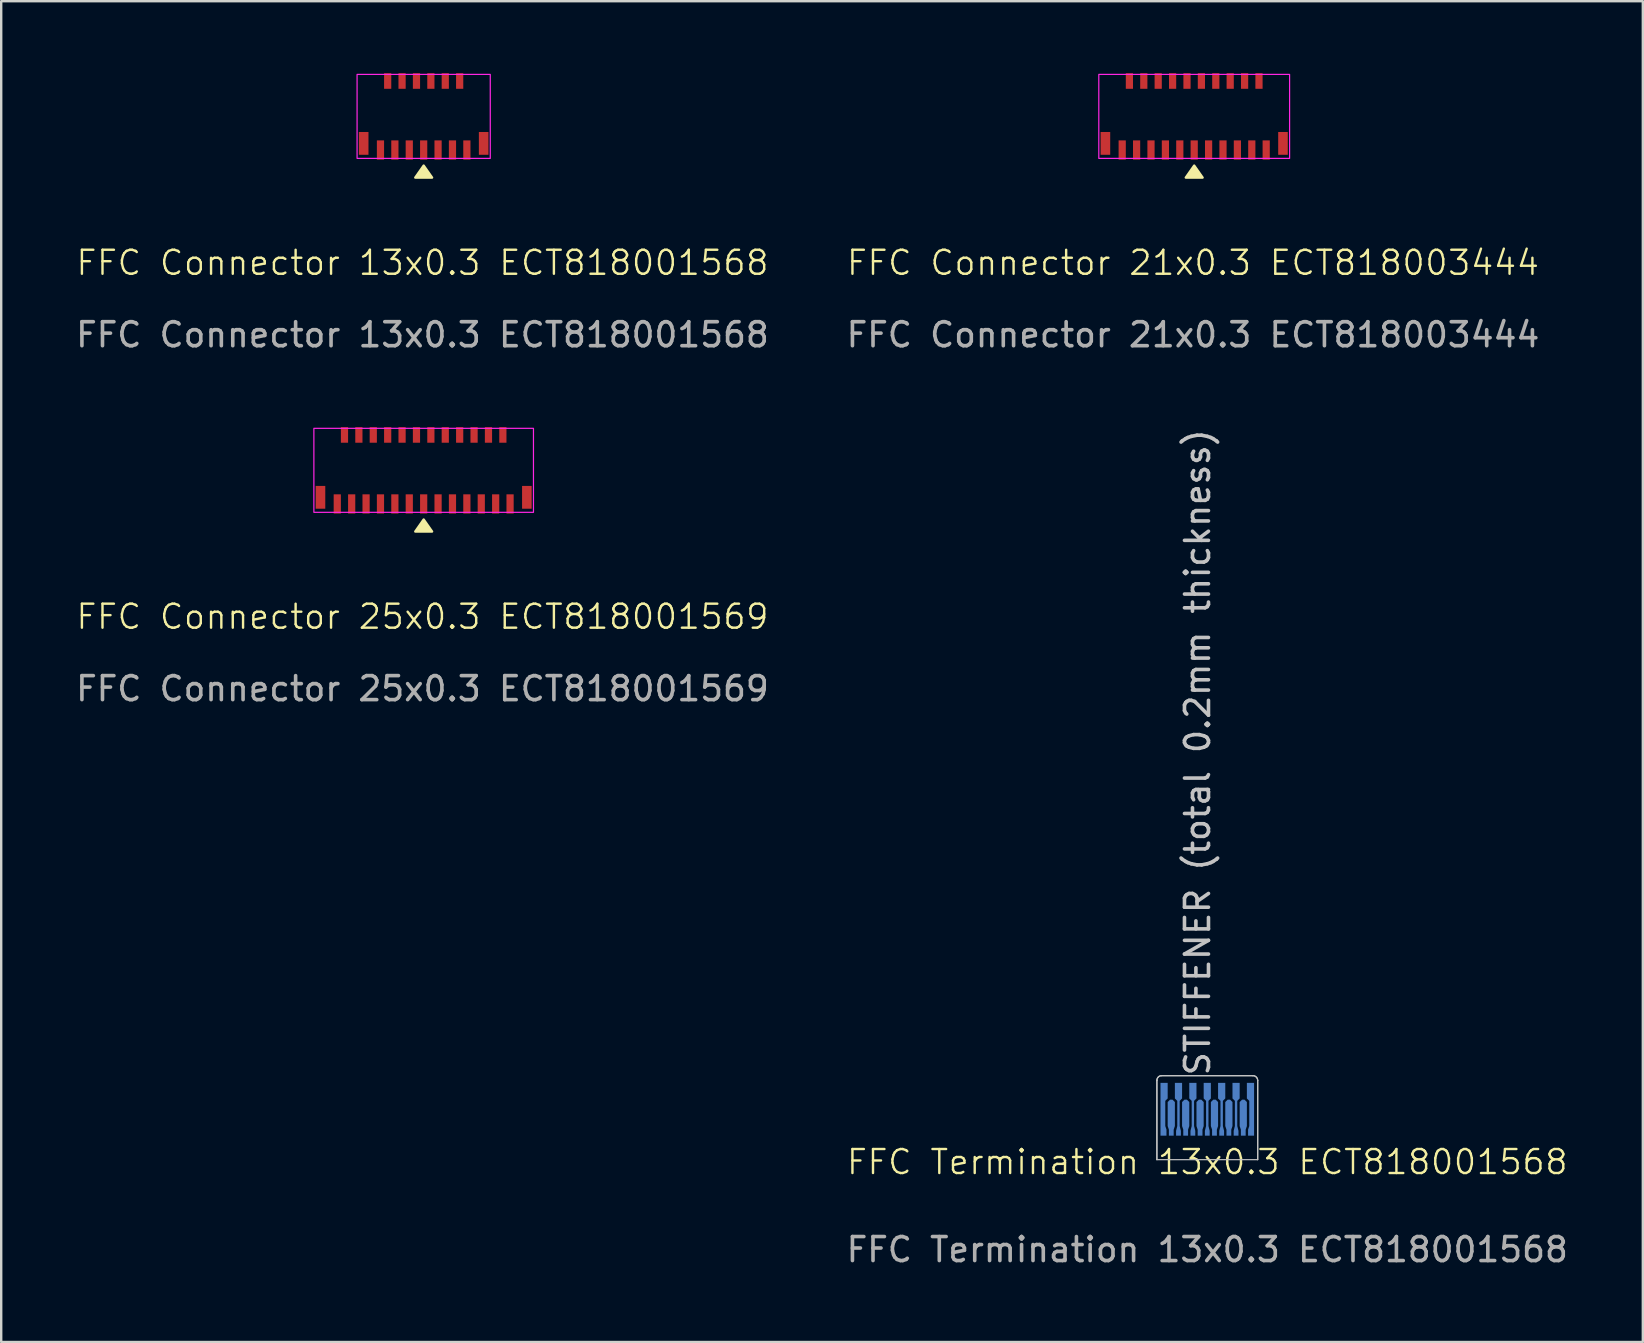
<source format=kicad_pcb>
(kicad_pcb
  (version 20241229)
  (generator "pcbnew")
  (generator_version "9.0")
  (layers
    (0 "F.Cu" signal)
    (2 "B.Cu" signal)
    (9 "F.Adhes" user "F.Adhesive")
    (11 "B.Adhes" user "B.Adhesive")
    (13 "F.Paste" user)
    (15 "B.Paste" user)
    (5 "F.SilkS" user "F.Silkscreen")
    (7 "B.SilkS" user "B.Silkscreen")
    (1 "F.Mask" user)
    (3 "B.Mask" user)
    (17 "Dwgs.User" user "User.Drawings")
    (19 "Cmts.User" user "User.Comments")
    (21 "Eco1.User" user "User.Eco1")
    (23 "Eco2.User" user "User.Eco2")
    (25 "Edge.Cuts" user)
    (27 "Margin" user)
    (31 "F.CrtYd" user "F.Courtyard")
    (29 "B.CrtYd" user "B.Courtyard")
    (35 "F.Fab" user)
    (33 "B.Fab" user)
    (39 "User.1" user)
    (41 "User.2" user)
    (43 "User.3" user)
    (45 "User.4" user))
  (footprint "FFC Termination 13x0.3 ECT818001568"
    (layer "F.Cu")
    (at 47.256 44.271)
    (property "Reference" "FFC Termination 13x0.3 ECT818001568" (at 0 1.1 0) (unlocked yes) (layer "F.SilkS") (effects (font (size 1 1) (thickness 0.1))))
    (fp_line (start -2.1 -2.3) (end -2.1 1) (stroke (width 0.05) (type default)) (layer "Dwgs.User"))
    (fp_line (start -2.1 1) (end 2.1 1) (stroke (width 0.05) (type default)) (layer "Dwgs.User"))
    (fp_line (start 1.9 -2.5) (end -1.9 -2.5) (stroke (width 0.05) (type default)) (layer "Dwgs.User"))
    (fp_line (start 2.1 -2.3) (end 2.1 1) (stroke (width 0.05) (type default)) (layer "Dwgs.User"))
    (fp_arc (start -2.1 -2.3) (mid -2.041421 -2.441421) (end -1.9 -2.5) (stroke (width 0.05) (type default)) (layer "Dwgs.User"))
    (fp_arc (start 1.9 -2.5) (mid 2.041421 -2.441421) (end 2.1 -2.3) (stroke (width 0.05) (type default)) (layer "Dwgs.User"))
    (fp_line (start -2.1 -2.3) (end -2.1 1) (stroke (width 0.05) (type default)) (layer "Edge.Cuts"))
    (fp_line (start 1.9 -2.5) (end -1.9 -2.5) (stroke (width 0.05) (type default)) (layer "Edge.Cuts"))
    (fp_line (start 2.1 -2.3) (end 2.1 1) (stroke (width 0.05) (type default)) (layer "Edge.Cuts"))
    (fp_arc (start -2.1 -2.3) (mid -2.041421 -2.441421) (end -1.9 -2.5) (stroke (width 0.05) (type default)) (layer "Edge.Cuts"))
    (fp_arc (start 1.9 -2.5) (mid 2.041421 -2.441421) (end 2.1 -2.3) (stroke (width 0.05) (type default)) (layer "Edge.Cuts"))
    (fp_text user "STIFFENER (total 0.2mm thickness)" (at 0.18 -29.523 90) (layer "Dwgs.User") (effects (font (size 1 1) (thickness 0.15)) (justify right bottom)))
    (fp_text user "${REFERENCE}" (at 0 4.75 0) (unlocked yes) (layer "F.Fab") (effects (font (size 1 1) (thickness 0.15))))
    (pad "1" connect custom (at -1.825 -0.125) (size 0.25 0.25) (layers "B.Cu" "B.Mask") (options (anchor rect)) (primitives (gr_poly (pts (xy 0.125 0.125) (xy 0.125 -0.125) (xy 0.075 -0.275) (xy 0.075 -1.325) (xy 0.175 -1.425) (xy 0.175 -2.075) (xy -0.125 -2.075) (xy -0.125 0.125)) (width 0) (fill yes))))
    (pad "2" connect custom (at -1.5 -0.125) (size 0.2 0.25) (layers "B.Cu" "B.Mask") (options (anchor rect)) (primitives (gr_poly (pts (xy -0.1 0.125) (xy 0.1 0.125) (xy 0.1 -0.125) (xy 0.15 -0.275) (xy 0.15 -1.275) (xy 0.05 -1.375) (xy -0.05 -1.375) (xy -0.15 -1.275) (xy -0.15 -0.275) (xy -0.1 -0.125)) (width 0) (fill yes))))
    (pad "3" connect custom (at -1.2 -0.1) (size 0.2 0.2) (layers "B.Cu" "B.Mask") (options (anchor rect)) (primitives (gr_poly (pts (xy -0.1 0.1) (xy 0.1 0.1) (xy 0.1 -0.1) (xy 0.05 -0.3) (xy 0.05 -1.35) (xy 0.15 -1.45) (xy 0.15 -2.1) (xy -0.15 -2.1) (xy -0.15 -1.45) (xy -0.05 -1.35) (xy -0.05 -0.3) (xy -0.1 -0.1)) (width 0) (fill yes))))
    (pad "4" connect custom (at -0.9 -0.125) (size 0.2 0.25) (layers "B.Cu" "B.Mask") (options (anchor rect)) (primitives (gr_poly (pts (xy -0.1 0.125) (xy 0.1 0.125) (xy 0.1 -0.125) (xy 0.15 -0.275) (xy 0.15 -1.275) (xy 0.05 -1.375) (xy -0.05 -1.375) (xy -0.15 -1.275) (xy -0.15 -0.275) (xy -0.1 -0.125)) (width 0) (fill yes))))
    (pad "5" connect custom (at -0.6 -0.1) (size 0.2 0.2) (layers "B.Cu" "B.Mask") (options (anchor rect)) (primitives (gr_poly (pts (xy -0.1 0.1) (xy 0.1 0.1) (xy 0.1 -0.1) (xy 0.05 -0.3) (xy 0.05 -1.35) (xy 0.15 -1.45) (xy 0.15 -2.1) (xy -0.15 -2.1) (xy -0.15 -1.45) (xy -0.05 -1.35) (xy -0.05 -0.3) (xy -0.1 -0.1)) (width 0) (fill yes))))
    (pad "6" connect custom (at -0.3 -0.125) (size 0.2 0.25) (layers "B.Cu" "B.Mask") (options (anchor rect)) (primitives (gr_poly (pts (xy -0.1 0.125) (xy 0.1 0.125) (xy 0.1 -0.125) (xy 0.15 -0.275) (xy 0.15 -1.275) (xy 0.05 -1.375) (xy -0.05 -1.375) (xy -0.15 -1.275) (xy -0.15 -0.275) (xy -0.1 -0.125)) (width 0) (fill yes))))
    (pad "7" connect custom (at 0 -0.1) (size 0.2 0.2) (layers "B.Cu" "B.Mask") (options (anchor rect)) (primitives (gr_poly (pts (xy -0.1 0.1) (xy 0.1 0.1) (xy 0.1 -0.1) (xy 0.05 -0.3) (xy 0.05 -1.35) (xy 0.15 -1.45) (xy 0.15 -2.1) (xy -0.15 -2.1) (xy -0.15 -1.45) (xy -0.05 -1.35) (xy -0.05 -0.3) (xy -0.1 -0.1)) (width 0) (fill yes))))
    (pad "8" connect custom (at 0.3 -0.125) (size 0.2 0.25) (layers "B.Cu" "B.Mask") (options (anchor rect)) (primitives (gr_poly (pts (xy -0.1 0.125) (xy 0.1 0.125) (xy 0.1 -0.125) (xy 0.15 -0.275) (xy 0.15 -1.275) (xy 0.05 -1.375) (xy -0.05 -1.375) (xy -0.15 -1.275) (xy -0.15 -0.275) (xy -0.1 -0.125)) (width 0) (fill yes))))
    (pad "9" connect custom (at 0.6 -0.1) (size 0.2 0.2) (layers "B.Cu" "B.Mask") (options (anchor rect)) (primitives (gr_poly (pts (xy -0.1 0.1) (xy 0.1 0.1) (xy 0.1 -0.1) (xy 0.05 -0.3) (xy 0.05 -1.35) (xy 0.15 -1.45) (xy 0.15 -2.1) (xy -0.15 -2.1) (xy -0.15 -1.45) (xy -0.05 -1.35) (xy -0.05 -0.3) (xy -0.1 -0.1)) (width 0) (fill yes))))
    (pad "10" connect custom (at 0.9 -0.125) (size 0.2 0.25) (layers "B.Cu" "B.Mask") (options (anchor rect)) (primitives (gr_poly (pts (xy -0.1 0.125) (xy 0.1 0.125) (xy 0.1 -0.125) (xy 0.15 -0.275) (xy 0.15 -1.275) (xy 0.05 -1.375) (xy -0.05 -1.375) (xy -0.15 -1.275) (xy -0.15 -0.275) (xy -0.1 -0.125)) (width 0) (fill yes))))
    (pad "11" connect custom (at 1.2 -0.1) (size 0.2 0.2) (layers "B.Cu" "B.Mask") (options (anchor rect)) (primitives (gr_poly (pts (xy -0.1 0.1) (xy 0.1 0.1) (xy 0.1 -0.1) (xy 0.05 -0.3) (xy 0.05 -1.35) (xy 0.15 -1.45) (xy 0.15 -2.1) (xy -0.15 -2.1) (xy -0.15 -1.45) (xy -0.05 -1.35) (xy -0.05 -0.3) (xy -0.1 -0.1)) (width 0) (fill yes))))
    (pad "12" connect custom (at 1.5 -0.125) (size 0.2 0.25) (layers "B.Cu" "B.Mask") (options (anchor rect)) (primitives (gr_poly (pts (xy -0.1 0.125) (xy 0.1 0.125) (xy 0.1 -0.125) (xy 0.15 -0.275) (xy 0.15 -1.275) (xy 0.05 -1.375) (xy -0.05 -1.375) (xy -0.15 -1.275) (xy -0.15 -0.275) (xy -0.1 -0.125)) (width 0) (fill yes))))
    (pad "13" connect custom (at 1.825 -0.125) (size 0.25 0.25) (layers "B.Cu" "B.Mask") (options (anchor rect)) (primitives (gr_poly (pts (xy -0.125 0.125) (xy -0.125 -0.125) (xy -0.075 -0.275) (xy -0.075 -1.325) (xy -0.175 -1.425) (xy -0.175 -2.075) (xy 0.125 -2.075) (xy 0.125 0.125)) (width 0) (fill yes)))))
  (footprint "FFC Connector 25x0.3 ECT818001569"
    (layer "F.Cu")
    (at 14.604 16.548)
    (property "Reference" "FFC Connector 25x0.3 ECT818001569" (at -0.05 6.1 0) (unlocked yes) (layer "F.SilkS") (effects (font (size 1 1) (thickness 0.1))))
    (attr smd)
    (fp_poly (pts (xy -0.35 2.55) (xy 0 2.05) (xy 0.35 2.55)) (stroke (width 0.1) (type solid)) (fill yes) (layer "F.SilkS"))
    (fp_rect (start -4.575 -1.75) (end 4.575 1.75) (stroke (width 0.05) (type default)) (fill no) (layer "F.CrtYd"))
    (fp_text user "${REFERENCE}" (at -0.05 9.1 0) (unlocked yes) (layer "F.Fab") (effects (font (size 1 1) (thickness 0.15))))
    (pad "1" smd rect (at -3.6 1.4) (size 0.3 0.8) (layers "F.Cu" "F.Mask" "F.Paste"))
    (pad "2" smd rect (at -3.3 -1.475) (size 0.3 0.65) (layers "F.Cu" "F.Mask" "F.Paste"))
    (pad "3" smd rect (at -3 1.4) (size 0.3 0.8) (layers "F.Cu" "F.Mask" "F.Paste"))
    (pad "4" smd rect (at -2.7 -1.475) (size 0.3 0.65) (layers "F.Cu" "F.Mask" "F.Paste"))
    (pad "5" smd rect (at -2.4 1.4) (size 0.3 0.8) (layers "F.Cu" "F.Mask" "F.Paste"))
    (pad "6" smd rect (at -2.1 -1.475) (size 0.3 0.65) (layers "F.Cu" "F.Mask" "F.Paste"))
    (pad "7" smd rect (at -1.8 1.4) (size 0.3 0.8) (layers "F.Cu" "F.Mask" "F.Paste"))
    (pad "8" smd rect (at -1.5 -1.475) (size 0.3 0.65) (layers "F.Cu" "F.Mask" "F.Paste"))
    (pad "9" smd rect (at -1.2 1.4) (size 0.3 0.8) (layers "F.Cu" "F.Mask" "F.Paste"))
    (pad "10" smd rect (at -0.9 -1.475) (size 0.3 0.65) (layers "F.Cu" "F.Mask" "F.Paste"))
    (pad "11" smd rect (at -0.6 1.4) (size 0.3 0.8) (layers "F.Cu" "F.Mask" "F.Paste"))
    (pad "12" smd rect (at -0.3 -1.475) (size 0.3 0.65) (layers "F.Cu" "F.Mask" "F.Paste"))
    (pad "13" smd rect (at 0 1.4) (size 0.3 0.8) (layers "F.Cu" "F.Mask" "F.Paste"))
    (pad "14" smd rect (at 0.3 -1.475) (size 0.3 0.65) (layers "F.Cu" "F.Mask" "F.Paste"))
    (pad "15" smd rect (at 0.6 1.4) (size 0.3 0.8) (layers "F.Cu" "F.Mask" "F.Paste"))
    (pad "16" smd rect (at 0.9 -1.475) (size 0.3 0.65) (layers "F.Cu" "F.Mask" "F.Paste"))
    (pad "17" smd rect (at 1.2 1.4) (size 0.3 0.8) (layers "F.Cu" "F.Mask" "F.Paste"))
    (pad "18" smd rect (at 1.5 -1.475) (size 0.3 0.65) (layers "F.Cu" "F.Mask" "F.Paste"))
    (pad "19" smd rect (at 1.8 1.4) (size 0.3 0.8) (layers "F.Cu" "F.Mask" "F.Paste"))
    (pad "20" smd rect (at 2.1 -1.475) (size 0.3 0.65) (layers "F.Cu" "F.Mask" "F.Paste"))
    (pad "21" smd rect (at 2.4 1.4) (size 0.3 0.8) (layers "F.Cu" "F.Mask" "F.Paste"))
    (pad "22" smd rect (at 2.7 -1.475) (size 0.3 0.65) (layers "F.Cu" "F.Mask" "F.Paste"))
    (pad "23" smd rect (at 3 1.4) (size 0.3 0.8) (layers "F.Cu" "F.Mask" "F.Paste"))
    (pad "24" smd rect (at 3.3 -1.475) (size 0.3 0.65) (layers "F.Cu" "F.Mask" "F.Paste"))
    (pad "25" smd rect (at 3.6 1.4) (size 0.3 0.8) (layers "F.Cu" "F.Mask" "F.Paste"))
    (pad "MP" smd rect (at -4.3 1.125) (size 0.4 0.95) (layers "F.Cu" "F.Mask" "F.Paste"))
    (pad "MP" smd rect (at 4.3 1.125) (size 0.4 0.95) (layers "F.Cu" "F.Mask" "F.Paste")))
  (footprint "FFC Connector 21x0.3 ECT818003444"
    (layer "F.Cu")
    (at 46.711 1.8)
    (property "Reference" "FFC Connector 21x0.3 ECT818003444" (at -0.05 6.1 0) (unlocked yes) (layer "F.SilkS") (effects (font (size 1 1) (thickness 0.1))))
    (attr smd)
    (fp_poly (pts (xy -0.35 2.55) (xy 0 2.05) (xy 0.35 2.55)) (stroke (width 0.1) (type solid)) (fill yes) (layer "F.SilkS"))
    (fp_rect (start -3.975 -1.75) (end 3.975 1.75) (stroke (width 0.05) (type default)) (fill no) (layer "F.CrtYd"))
    (fp_text user "${REFERENCE}" (at -0.05 9.1 0) (unlocked yes) (layer "F.Fab") (effects (font (size 1 1) (thickness 0.15))))
    (pad "1" smd rect (at -3 1.4) (size 0.3 0.8) (layers "F.Cu" "F.Mask" "F.Paste"))
    (pad "2" smd rect (at -2.7 -1.475) (size 0.3 0.65) (layers "F.Cu" "F.Mask" "F.Paste"))
    (pad "3" smd rect (at -2.4 1.4) (size 0.3 0.8) (layers "F.Cu" "F.Mask" "F.Paste"))
    (pad "4" smd rect (at -2.1 -1.475) (size 0.3 0.65) (layers "F.Cu" "F.Mask" "F.Paste"))
    (pad "5" smd rect (at -1.8 1.4) (size 0.3 0.8) (layers "F.Cu" "F.Mask" "F.Paste"))
    (pad "6" smd rect (at -1.5 -1.475) (size 0.3 0.65) (layers "F.Cu" "F.Mask" "F.Paste"))
    (pad "7" smd rect (at -1.2 1.4) (size 0.3 0.8) (layers "F.Cu" "F.Mask" "F.Paste"))
    (pad "8" smd rect (at -0.9 -1.475) (size 0.3 0.65) (layers "F.Cu" "F.Mask" "F.Paste"))
    (pad "9" smd rect (at -0.6 1.4) (size 0.3 0.8) (layers "F.Cu" "F.Mask" "F.Paste"))
    (pad "10" smd rect (at -0.3 -1.475) (size 0.3 0.65) (layers "F.Cu" "F.Mask" "F.Paste"))
    (pad "11" smd rect (at 0 1.4) (size 0.3 0.8) (layers "F.Cu" "F.Mask" "F.Paste"))
    (pad "12" smd rect (at 0.3 -1.475) (size 0.3 0.65) (layers "F.Cu" "F.Mask" "F.Paste"))
    (pad "13" smd rect (at 0.6 1.4) (size 0.3 0.8) (layers "F.Cu" "F.Mask" "F.Paste"))
    (pad "14" smd rect (at 0.9 -1.475) (size 0.3 0.65) (layers "F.Cu" "F.Mask" "F.Paste"))
    (pad "15" smd rect (at 1.2 1.4) (size 0.3 0.8) (layers "F.Cu" "F.Mask" "F.Paste"))
    (pad "16" smd rect (at 1.5 -1.475) (size 0.3 0.65) (layers "F.Cu" "F.Mask" "F.Paste"))
    (pad "17" smd rect (at 1.8 1.4) (size 0.3 0.8) (layers "F.Cu" "F.Mask" "F.Paste"))
    (pad "18" smd rect (at 2.1 -1.475) (size 0.3 0.65) (layers "F.Cu" "F.Mask" "F.Paste"))
    (pad "19" smd rect (at 2.4 1.4) (size 0.3 0.8) (layers "F.Cu" "F.Mask" "F.Paste"))
    (pad "20" smd rect (at 2.7 -1.475) (size 0.3 0.65) (layers "F.Cu" "F.Mask" "F.Paste"))
    (pad "21" smd rect (at 3 1.4) (size 0.3 0.8) (layers "F.Cu" "F.Mask" "F.Paste"))
    (pad "MP" smd rect (at -3.7 1.125) (size 0.4 0.95) (layers "F.Cu" "F.Mask" "F.Paste"))
    (pad "MP" smd rect (at 3.7 1.125) (size 0.4 0.95) (layers "F.Cu" "F.Mask" "F.Paste")))
  (footprint "FFC Connector 13x0.3 ECT818001568"
    (layer "F.Cu")
    (at 14.604 1.8)
    (property "Reference" "FFC Connector 13x0.3 ECT818001568" (at -0.05 6.1 0) (unlocked yes) (layer "F.SilkS") (effects (font (size 1 1) (thickness 0.1))))
    (attr smd)
    (fp_poly (pts (xy -0.35 2.55) (xy 0 2.05) (xy 0.35 2.55)) (stroke (width 0.1) (type solid)) (fill yes) (layer "F.SilkS"))
    (fp_rect (start -2.775 -1.75) (end 2.775 1.75) (stroke (width 0.05) (type default)) (fill no) (layer "F.CrtYd"))
    (fp_text user "${REFERENCE}" (at -0.05 9.1 0) (unlocked yes) (layer "F.Fab") (effects (font (size 1 1) (thickness 0.15))))
    (pad "1" smd rect (at -1.8 1.4) (size 0.3 0.8) (layers "F.Cu" "F.Mask" "F.Paste"))
    (pad "2" smd rect (at -1.5 -1.475) (size 0.3 0.65) (layers "F.Cu" "F.Mask" "F.Paste"))
    (pad "3" smd rect (at -1.2 1.4) (size 0.3 0.8) (layers "F.Cu" "F.Mask" "F.Paste"))
    (pad "4" smd rect (at -0.9 -1.475) (size 0.3 0.65) (layers "F.Cu" "F.Mask" "F.Paste"))
    (pad "5" smd rect (at -0.6 1.4) (size 0.3 0.8) (layers "F.Cu" "F.Mask" "F.Paste"))
    (pad "6" smd rect (at -0.3 -1.475) (size 0.3 0.65) (layers "F.Cu" "F.Mask" "F.Paste"))
    (pad "7" smd rect (at 0 1.4) (size 0.3 0.8) (layers "F.Cu" "F.Mask" "F.Paste"))
    (pad "8" smd rect (at 0.3 -1.475) (size 0.3 0.65) (layers "F.Cu" "F.Mask" "F.Paste"))
    (pad "9" smd rect (at 0.6 1.4) (size 0.3 0.8) (layers "F.Cu" "F.Mask" "F.Paste"))
    (pad "10" smd rect (at 0.9 -1.475) (size 0.3 0.65) (layers "F.Cu" "F.Mask" "F.Paste"))
    (pad "11" smd rect (at 1.2 1.4) (size 0.3 0.8) (layers "F.Cu" "F.Mask" "F.Paste"))
    (pad "12" smd rect (at 1.5 -1.475) (size 0.3 0.65) (layers "F.Cu" "F.Mask" "F.Paste"))
    (pad "13" smd rect (at 1.8 1.4) (size 0.3 0.8) (layers "F.Cu" "F.Mask" "F.Paste"))
    (pad "MP" smd rect (at -2.5 1.125) (size 0.4 0.95) (layers "F.Cu" "F.Mask" "F.Paste"))
    (pad "MP" smd rect (at 2.5 1.125) (size 0.4 0.95) (layers "F.Cu" "F.Mask" "F.Paste")))
  (gr_rect
    (start -3 -3)
    (end 65.405 52.87)
    (stroke (width 0.1) (type default))
    (fill no)
    (layer "Edge.Cuts")))
</source>
